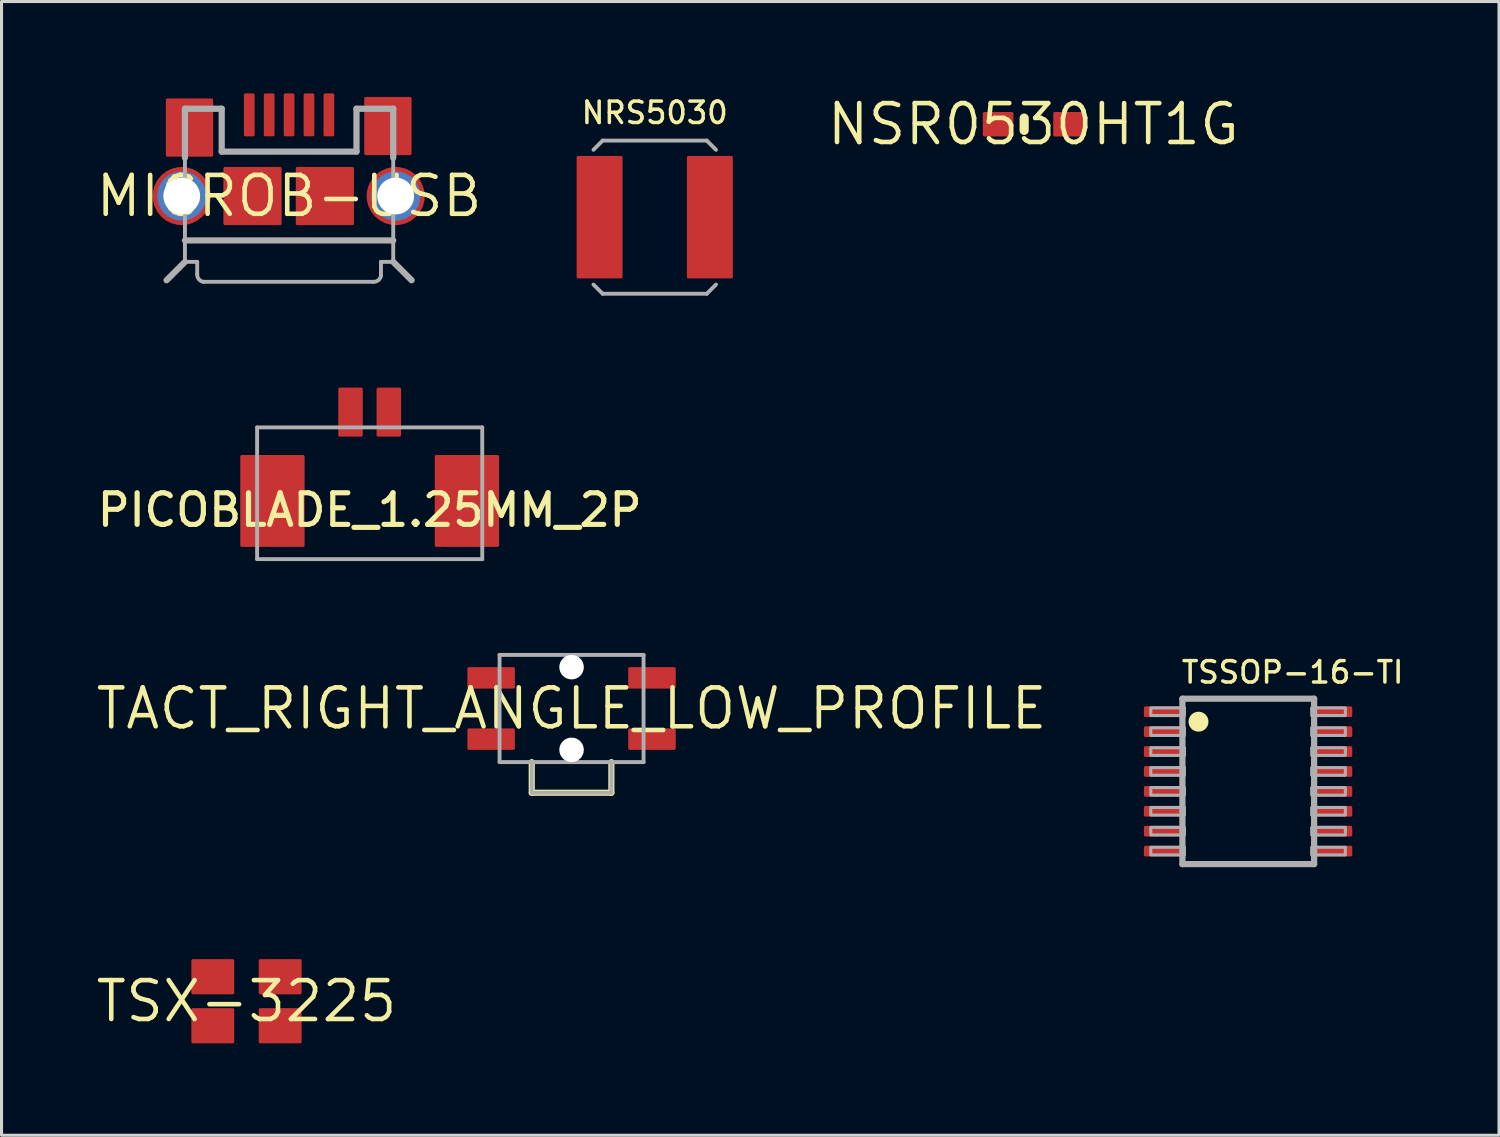
<source format=kicad_pcb>
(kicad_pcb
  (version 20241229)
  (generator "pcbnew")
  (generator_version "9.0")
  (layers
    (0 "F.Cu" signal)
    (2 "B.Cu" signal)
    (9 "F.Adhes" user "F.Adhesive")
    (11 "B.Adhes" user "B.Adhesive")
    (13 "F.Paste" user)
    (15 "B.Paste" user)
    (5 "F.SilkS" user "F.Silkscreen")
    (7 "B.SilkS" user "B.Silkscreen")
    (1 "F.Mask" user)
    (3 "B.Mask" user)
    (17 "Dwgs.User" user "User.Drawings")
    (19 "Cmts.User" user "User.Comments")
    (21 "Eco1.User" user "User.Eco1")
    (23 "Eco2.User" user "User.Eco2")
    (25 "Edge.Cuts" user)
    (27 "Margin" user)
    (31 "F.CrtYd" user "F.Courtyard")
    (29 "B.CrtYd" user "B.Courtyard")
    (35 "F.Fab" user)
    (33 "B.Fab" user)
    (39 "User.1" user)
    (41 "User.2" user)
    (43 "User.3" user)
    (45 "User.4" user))
  (footprint "PICOBLADE_1.25MM_2P"
    (layer "F.Cu")
    (at 9.019 11.204)
    (property "Reference" "PICOBLADE_1.25MM_2P" (at 0 3 0) (layer "F.SilkS") (effects (font (size 1.032 1.032) (thickness 0.168)) (justify bottom)))
    (fp_line (start -3.675 -0.3) (end 3.675 -0.3) (stroke (width 0.127) (type solid)) (layer "F.Fab"))
    (fp_line (start -3.675 4) (end -3.675 -0.3) (stroke (width 0.127) (type solid)) (layer "F.Fab"))
    (fp_line (start 3.675 -0.3) (end 3.675 4) (stroke (width 0.127) (type solid)) (layer "F.Fab"))
    (fp_line (start 3.675 4) (end -3.675 4) (stroke (width 0.127) (type solid)) (layer "F.Fab"))
    (pad "1" smd roundrect (at -0.625 -0.8) (size 0.8 1.6) (layers "F.Cu" "F.Mask" "F.Paste") (roundrect_rratio 0.062))
    (pad "2" smd roundrect (at 0.625 -0.8) (size 0.8 1.6) (layers "F.Cu" "F.Mask" "F.Paste") (roundrect_rratio 0.062))
    (pad "MT1" smd roundrect (at -3.175 2.1) (size 2.1 3) (layers "F.Cu" "F.Mask" "F.Paste") (roundrect_rratio 0.024))
    (pad "MT2" smd roundrect (at 3.175 2.1) (size 2.1 3) (layers "F.Cu" "F.Mask" "F.Paste") (roundrect_rratio 0.024)))
  (footprint "TSX-3225"
    (layer "F.Cu")
    (at 4.997 29.638)
    (property "Reference" "TSX-3225" (at 0 0 0) (layer "F.SilkS") (effects (font (size 1.27 1.27) (thickness 0.15))))
    (pad "1" smd roundrect (at -1.1 0.8) (size 1.4 1.15) (layers "F.Cu" "F.Mask" "F.Paste") (roundrect_rratio 0.043))
    (pad "2" smd roundrect (at 1.1 0.8) (size 1.4 1.15) (layers "F.Cu" "F.Mask" "F.Paste") (roundrect_rratio 0.043))
    (pad "3" smd roundrect (at 1.1 -0.8) (size 1.4 1.15) (layers "F.Cu" "F.Mask" "F.Paste") (roundrect_rratio 0.043))
    (pad "4" smd roundrect (at -1.1 -0.8) (size 1.4 1.15) (layers "F.Cu" "F.Mask" "F.Paste") (roundrect_rratio 0.043)))
  (footprint "NRS5030"
    (layer "F.Cu")
    (at 18.325 4.04)
    (property "Reference" "NRS5030" (at 0 -3 0) (layer "F.SilkS") (effects (font (size 0.699 0.699) (thickness 0.114)) (justify bottom)))
    (fp_line (start -1.7 -2.5) (end -2 -2.2) (stroke (width 0.127) (type solid)) (layer "F.Fab"))
    (fp_line (start -1.7 -2.5) (end 1.7 -2.5) (stroke (width 0.127) (type solid)) (layer "F.Fab"))
    (fp_line (start -1.7 2.5) (end -2 2.2) (stroke (width 0.127) (type solid)) (layer "F.Fab"))
    (fp_line (start -1.7 2.5) (end 1.7 2.5) (stroke (width 0.127) (type solid)) (layer "F.Fab"))
    (fp_line (start 1.7 -2.5) (end 2 -2.2) (stroke (width 0.127) (type solid)) (layer "F.Fab"))
    (fp_line (start 1.7 2.5) (end 2 2.2) (stroke (width 0.127) (type solid)) (layer "F.Fab"))
    (pad "1" smd roundrect (at -1.8 0) (size 1.5 4) (layers "F.Cu" "F.Mask" "F.Paste") (roundrect_rratio 0.033))
    (pad "2" smd roundrect (at 1.8 0) (size 1.5 4) (layers "F.Cu" "F.Mask" "F.Paste") (roundrect_rratio 0.033)))
  (footprint "NSR0530HT1G"
    (layer "F.Cu")
    (at 30.686 1.006)
    (property "Reference" "NSR0530HT1G" (at 0 0 0) (layer "F.SilkS") (effects (font (size 1.27 1.27) (thickness 0.15))))
    (fp_line (start -0.3 -0.2) (end -0.3 0.2) (stroke (width 0.3) (type solid)) (layer "F.SilkS"))
    (pad "A" smd roundrect (at 1.15 0) (size 1 0.8) (layers "F.Cu" "F.Mask" "F.Paste") (roundrect_rratio 0.062))
    (pad "C" smd roundrect (at -1.15 0) (size 1 0.8) (layers "F.Cu" "F.Mask" "F.Paste") (roundrect_rratio 0.062)))
  (footprint "TACT_RIGHT_ANGLE_LOW_PROFILE"
    (layer "F.Cu")
    (at 15.61 20.081)
    (property "Reference" "TACT_RIGHT_ANGLE_LOW_PROFILE" (at 0 0 0) (layer "F.SilkS") (effects (font (size 1.27 1.27) (thickness 0.15))))
    (fp_line (start -1.3 1.75) (end -1.3 2.75) (stroke (width 0.2) (type solid)) (layer "F.SilkS"))
    (fp_line (start -1.3 2.75) (end 1.3 2.75) (stroke (width 0.2) (type solid)) (layer "F.SilkS"))
    (fp_line (start 1.3 2.75) (end 1.3 1.75) (stroke (width 0.2) (type solid)) (layer "F.SilkS"))
    (fp_line (start -2.35 -1.75) (end -2.35 1.75) (stroke (width 0.127) (type solid)) (layer "F.Fab"))
    (fp_line (start -2.35 -1.75) (end 2.35 -1.75) (stroke (width 0.127) (type solid)) (layer "F.Fab"))
    (fp_line (start -2.35 1.75) (end -1.3 1.75) (stroke (width 0.127) (type solid)) (layer "F.Fab"))
    (fp_line (start -1.3 1.75) (end 1.3 1.75) (stroke (width 0.127) (type solid)) (layer "F.Fab"))
    (fp_line (start -1.3 2.75) (end -1.3 1.75) (stroke (width 0.127) (type solid)) (layer "F.Fab"))
    (fp_line (start -1.3 2.75) (end 1.3 2.75) (stroke (width 0.127) (type solid)) (layer "F.Fab"))
    (fp_line (start 1.3 1.75) (end 2.35 1.75) (stroke (width 0.127) (type solid)) (layer "F.Fab"))
    (fp_line (start 1.3 2.75) (end 1.3 1.75) (stroke (width 0.127) (type solid)) (layer "F.Fab"))
    (fp_line (start 2.35 -1.75) (end 2.35 1.75) (stroke (width 0.127) (type solid)) (layer "F.Fab"))
    (pad "" np_thru_hole circle (at 0 -1.35) (size 0.8 0.8) (drill 0.8) (layers "*.Cu" "*.Mask"))
    (pad "" np_thru_hole circle (at 0 1.35) (size 0.8 0.8) (drill 0.8) (layers "*.Cu" "*.Mask"))
    (pad "1" smd roundrect (at -2.625 -1) (size 1.55 0.7) (layers "F.Cu" "F.Mask" "F.Paste") (roundrect_rratio 0.071))
    (pad "2" smd roundrect (at 2.625 -1) (size 1.55 0.7) (layers "F.Cu" "F.Mask" "F.Paste") (roundrect_rratio 0.071))
    (pad "3" smd roundrect (at -2.625 1) (size 1.55 0.7) (layers "F.Cu" "F.Mask" "F.Paste") (roundrect_rratio 0.071))
    (pad "4" smd roundrect (at 2.625 1) (size 1.55 0.7) (layers "F.Cu" "F.Mask" "F.Paste") (roundrect_rratio 0.071)))
  (footprint "MICROB-USB"
    (layer "F.Cu")
    (at 6.388 3.35)
    (property "Reference" "MICROB-USB" (at 0 0 0) (layer "F.SilkS") (effects (font (size 1.27 1.27) (thickness 0.15))))
    (fp_line (start -3.4 -2.85) (end -2.2 -2.85) (stroke (width 0.127) (type solid)) (layer "F.Fab"))
    (fp_line (start -3.4 -2.85) (end -2.2 -2.85) (stroke (width 0.203) (type solid)) (layer "F.Fab"))
    (fp_line (start -3.4 -1.25) (end -3.4 -2.85) (stroke (width 0.203) (type solid)) (layer "F.Fab"))
    (fp_line (start -3.4 1.45) (end -3.4 -2.85) (stroke (width 0.127) (type solid)) (layer "F.Fab"))
    (fp_line (start -3.4 1.45) (end 3.4 1.45) (stroke (width 0.127) (type solid)) (layer "F.Fab"))
    (fp_line (start -3.4 1.45) (end 3.4 1.45) (stroke (width 0.203) (type solid)) (layer "F.Fab"))
    (fp_line (start -3.4 2.15) (end -4 2.75) (stroke (width 0.203) (type solid)) (layer "F.Fab"))
    (fp_line (start -3.4 2.15) (end -3.4 1.45) (stroke (width 0.127) (type solid)) (layer "F.Fab"))
    (fp_line (start -3.4 2.15) (end -3 2.15) (stroke (width 0.127) (type solid)) (layer "F.Fab"))
    (fp_line (start -3 2.15) (end -3 2.55) (stroke (width 0.127) (type solid)) (layer "F.Fab"))
    (fp_line (start -2.8 2.8) (end 2.75 2.8) (stroke (width 0.127) (type solid)) (layer "F.Fab"))
    (fp_line (start -2.2 -2.85) (end -2.2 -1.45) (stroke (width 0.203) (type solid)) (layer "F.Fab"))
    (fp_line (start -2.2 -1.45) (end -2.2 -2.85) (stroke (width 0.127) (type solid)) (layer "F.Fab"))
    (fp_line (start -2.2 -1.45) (end 2.2 -1.45) (stroke (width 0.127) (type solid)) (layer "F.Fab"))
    (fp_line (start -2.2 -1.45) (end 2.2 -1.45) (stroke (width 0.203) (type solid)) (layer "F.Fab"))
    (fp_line (start 2.2 -1.45) (end 2.2 -2.85) (stroke (width 0.127) (type solid)) (layer "F.Fab"))
    (fp_line (start 2.2 -1.45) (end 2.2 -2.85) (stroke (width 0.203) (type solid)) (layer "F.Fab"))
    (fp_line (start 3 2.15) (end 3.4 2.15) (stroke (width 0.127) (type solid)) (layer "F.Fab"))
    (fp_line (start 3 2.6) (end 3 2.15) (stroke (width 0.127) (type solid)) (layer "F.Fab"))
    (fp_line (start 3.4 -2.85) (end 2.2 -2.85) (stroke (width 0.127) (type solid)) (layer "F.Fab"))
    (fp_line (start 3.4 -2.85) (end 2.2 -2.85) (stroke (width 0.203) (type solid)) (layer "F.Fab"))
    (fp_line (start 3.4 -2.85) (end 3.4 1.45) (stroke (width 0.127) (type solid)) (layer "F.Fab"))
    (fp_line (start 3.4 -1.25) (end 3.4 -2.85) (stroke (width 0.203) (type solid)) (layer "F.Fab"))
    (fp_line (start 3.4 1.45) (end 3.4 2.15) (stroke (width 0.127) (type solid)) (layer "F.Fab"))
    (fp_line (start 3.4 2.15) (end 4 2.75) (stroke (width 0.203) (type solid)) (layer "F.Fab"))
    (fp_arc (start -2.799998 2.8) (mid -2.948325 2.713661) (end -3 2.55) (stroke (width 0.127) (type solid)) (layer "F.Fab"))
    (fp_arc (start 3 2.599998) (mid 2.913661 2.748325) (end 2.75 2.8) (stroke (width 0.127) (type solid)) (layer "F.Fab"))
    (pad "DM" smd roundrect (at -0.65 -2.65 90) (size 1.4 0.35) (layers "F.Cu" "F.Mask" "F.Paste") (roundrect_rratio 0.143))
    (pad "DP" smd roundrect (at 0 -2.65 90) (size 1.4 0.35) (layers "F.Cu" "F.Mask" "F.Paste") (roundrect_rratio 0.143))
    (pad "GND" smd roundrect (at 1.3 -2.65 90) (size 1.4 0.35) (layers "F.Cu" "F.Mask" "F.Paste") (roundrect_rratio 0.143))
    (pad "ID" smd roundrect (at 0.65 -2.65 90) (size 1.4 0.35) (layers "F.Cu" "F.Mask" "F.Paste") (roundrect_rratio 0.143))
    (pad "SH1" smd roundrect (at -3.251 -2.235) (size 1.546 1.9) (layers "F.Cu" "F.Mask" "F.Paste") (roundrect_rratio 0.032))
    (pad "SH2" smd roundrect (at 3.226 -2.286 180) (size 1.546 1.9) (layers "F.Cu" "F.Mask" "F.Paste") (roundrect_rratio 0.032))
    (pad "SH3" thru_hole circle (at 3.48 0) (size 1.6 1.6) (drill 1.2) (layers "*.Cu" "*.Mask"))
    (pad "SH4" smd roundrect (at 3.48 0) (size 1.9 1.9) (layers "F.Cu" "F.Mask" "F.Paste") (roundrect_rratio 0.5))
    (pad "SH5" smd roundrect (at 1.168 0) (size 1.9 1.9) (layers "F.Cu" "F.Mask" "F.Paste") (roundrect_rratio 0.026))
    (pad "SH6" smd roundrect (at -1.194 0) (size 1.9 1.9) (layers "F.Cu" "F.Mask" "F.Paste") (roundrect_rratio 0.026))
    (pad "SH7" smd roundrect (at -3.505 0) (size 1.9 1.9) (layers "F.Cu" "F.Mask" "F.Paste") (roundrect_rratio 0.5))
    (pad "SH8" thru_hole circle (at -3.505 0) (size 1.6 1.6) (drill 1.2) (layers "*.Cu" "*.Mask"))
    (pad "VBUS" smd roundrect (at -1.3 -2.65 90) (size 1.4 0.35) (layers "F.Cu" "F.Mask" "F.Paste") (roundrect_rratio 0.143)))
  (footprint "TSSOP-16-TI"
    (layer "F.Cu")
    (at 37.703 22.461)
    (property "Reference" "TSSOP-16-TI" (at -2.239 -3.154 0) (layer "F.SilkS") (effects (font (size 0.699 0.699) (thickness 0.114)) (justify left bottom)))
    (fp_poly (pts (xy -3.483 -2.5) (xy -3.483 -2.05) (xy -2.133 -2.05) (xy -2.133 -2.5)) (stroke (width 0) (type default)) (fill yes) (layer "F.Mask"))
    (fp_poly (pts (xy -3.483 -1.85) (xy -3.483 -1.4) (xy -2.133 -1.4) (xy -2.133 -1.85)) (stroke (width 0) (type default)) (fill yes) (layer "F.Mask"))
    (fp_poly (pts (xy -3.483 -1.2) (xy -3.483 -0.75) (xy -2.133 -0.75) (xy -2.133 -1.2)) (stroke (width 0) (type default)) (fill yes) (layer "F.Mask"))
    (fp_poly (pts (xy -3.483 -0.55) (xy -3.483 -0.1) (xy -2.133 -0.1) (xy -2.133 -0.55)) (stroke (width 0) (type default)) (fill yes) (layer "F.Mask"))
    (fp_poly (pts (xy -3.483 0.1) (xy -3.483 0.55) (xy -2.133 0.55) (xy -2.133 0.1)) (stroke (width 0) (type default)) (fill yes) (layer "F.Mask"))
    (fp_poly (pts (xy -3.483 0.75) (xy -3.483 1.2) (xy -2.133 1.2) (xy -2.133 0.75)) (stroke (width 0) (type default)) (fill yes) (layer "F.Mask"))
    (fp_poly (pts (xy -3.483 1.4) (xy -3.483 1.85) (xy -2.133 1.85) (xy -2.133 1.4)) (stroke (width 0) (type default)) (fill yes) (layer "F.Mask"))
    (fp_poly (pts (xy -3.483 2.05) (xy -3.483 2.5) (xy -2.133 2.5) (xy -2.133 2.05)) (stroke (width 0) (type default)) (fill yes) (layer "F.Mask"))
    (fp_poly (pts (xy 3.47 -2.05) (xy 3.47 -2.5) (xy 2.12 -2.5) (xy 2.12 -2.05)) (stroke (width 0) (type default)) (fill yes) (layer "F.Mask"))
    (fp_poly (pts (xy 3.47 -1.4) (xy 3.47 -1.85) (xy 2.12 -1.85) (xy 2.12 -1.4)) (stroke (width 0) (type default)) (fill yes) (layer "F.Mask"))
    (fp_poly (pts (xy 3.47 -0.75) (xy 3.47 -1.2) (xy 2.12 -1.2) (xy 2.12 -0.75)) (stroke (width 0) (type default)) (fill yes) (layer "F.Mask"))
    (fp_poly (pts (xy 3.47 -0.1) (xy 3.47 -0.55) (xy 2.12 -0.55) (xy 2.12 -0.1)) (stroke (width 0) (type default)) (fill yes) (layer "F.Mask"))
    (fp_poly (pts (xy 3.47 0.55) (xy 3.47 0.1) (xy 2.12 0.1) (xy 2.12 0.55)) (stroke (width 0) (type default)) (fill yes) (layer "F.Mask"))
    (fp_poly (pts (xy 3.47 1.2) (xy 3.47 0.75) (xy 2.12 0.75) (xy 2.12 1.2)) (stroke (width 0) (type default)) (fill yes) (layer "F.Mask"))
    (fp_poly (pts (xy 3.47 1.85) (xy 3.47 1.4) (xy 2.12 1.4) (xy 2.12 1.85)) (stroke (width 0) (type default)) (fill yes) (layer "F.Mask"))
    (fp_poly (pts (xy 3.47 2.5) (xy 3.47 2.05) (xy 2.12 2.05) (xy 2.12 2.5)) (stroke (width 0) (type default)) (fill yes) (layer "F.Mask"))
    (fp_circle (center -1.625 -1.95) (end -1.462 -1.95) (stroke (width 0.325) (type solid)) (fill yes) (layer "F.SilkS"))
    (fp_line (start -2.15 -2.7) (end -2.15 2.7) (stroke (width 0.203) (type solid)) (layer "F.Fab"))
    (fp_line (start -2.15 2.7) (end 2.15 2.7) (stroke (width 0.203) (type solid)) (layer "F.Fab"))
    (fp_line (start 2.15 -2.7) (end -2.15 -2.7) (stroke (width 0.203) (type solid)) (layer "F.Fab"))
    (fp_line (start 2.15 2.7) (end 2.15 -2.7) (stroke (width 0.203) (type solid)) (layer "F.Fab"))
    (fp_poly (pts (xy -3.183 -2.15) (xy -2.083 -2.15) (xy -2.083 -2.4) (xy -3.183 -2.4)) (stroke (width 0.1) (type default)) (fill no) (layer "F.Fab"))
    (fp_poly (pts (xy -3.183 -1.5) (xy -2.083 -1.5) (xy -2.083 -1.75) (xy -3.183 -1.75)) (stroke (width 0.1) (type default)) (fill no) (layer "F.Fab"))
    (fp_poly (pts (xy -3.183 -0.85) (xy -2.083 -0.85) (xy -2.083 -1.1) (xy -3.183 -1.1)) (stroke (width 0.1) (type default)) (fill no) (layer "F.Fab"))
    (fp_poly (pts (xy -3.183 -0.2) (xy -2.083 -0.2) (xy -2.083 -0.45) (xy -3.183 -0.45)) (stroke (width 0.1) (type default)) (fill no) (layer "F.Fab"))
    (fp_poly (pts (xy -2.083 0.2) (xy -3.183 0.2) (xy -3.183 0.45) (xy -2.083 0.45)) (stroke (width 0.1) (type default)) (fill no) (layer "F.Fab"))
    (fp_poly (pts (xy -2.083 0.85) (xy -3.183 0.85) (xy -3.183 1.1) (xy -2.083 1.1)) (stroke (width 0.1) (type default)) (fill no) (layer "F.Fab"))
    (fp_poly (pts (xy -2.083 1.5) (xy -3.183 1.5) (xy -3.183 1.75) (xy -2.083 1.75)) (stroke (width 0.1) (type default)) (fill no) (layer "F.Fab"))
    (fp_poly (pts (xy -2.083 2.15) (xy -3.183 2.15) (xy -3.183 2.4) (xy -2.083 2.4)) (stroke (width 0.1) (type default)) (fill no) (layer "F.Fab"))
    (fp_poly (pts (xy 2.07 -2.15) (xy 3.17 -2.15) (xy 3.17 -2.4) (xy 2.07 -2.4)) (stroke (width 0.1) (type default)) (fill no) (layer "F.Fab"))
    (fp_poly (pts (xy 2.07 -1.5) (xy 3.17 -1.5) (xy 3.17 -1.75) (xy 2.07 -1.75)) (stroke (width 0.1) (type default)) (fill no) (layer "F.Fab"))
    (fp_poly (pts (xy 2.07 -0.85) (xy 3.17 -0.85) (xy 3.17 -1.1) (xy 2.07 -1.1)) (stroke (width 0.1) (type default)) (fill no) (layer "F.Fab"))
    (fp_poly (pts (xy 2.07 -0.2) (xy 3.17 -0.2) (xy 3.17 -0.45) (xy 2.07 -0.45)) (stroke (width 0.1) (type default)) (fill no) (layer "F.Fab"))
    (fp_poly (pts (xy 3.17 0.2) (xy 2.07 0.2) (xy 2.07 0.45) (xy 3.17 0.45)) (stroke (width 0.1) (type default)) (fill no) (layer "F.Fab"))
    (fp_poly (pts (xy 3.17 0.85) (xy 2.07 0.85) (xy 2.07 1.1) (xy 3.17 1.1)) (stroke (width 0.1) (type default)) (fill no) (layer "F.Fab"))
    (fp_poly (pts (xy 3.17 1.5) (xy 2.07 1.5) (xy 2.07 1.75) (xy 3.17 1.75)) (stroke (width 0.1) (type default)) (fill no) (layer "F.Fab"))
    (fp_poly (pts (xy 3.17 2.15) (xy 2.07 2.15) (xy 2.07 2.4) (xy 3.17 2.4)) (stroke (width 0.1) (type default)) (fill no) (layer "F.Fab"))
    (pad "1" smd roundrect (at -2.808 -2.275) (size 1.2 0.35) (layers "F.Cu" "F.Paste") (roundrect_rratio 0.143))
    (pad "2" smd roundrect (at -2.808 -1.625) (size 1.2 0.35) (layers "F.Cu" "F.Paste") (roundrect_rratio 0.143))
    (pad "3" smd roundrect (at -2.808 -0.975) (size 1.2 0.35) (layers "F.Cu" "F.Paste") (roundrect_rratio 0.143))
    (pad "4" smd roundrect (at -2.808 -0.325) (size 1.2 0.35) (layers "F.Cu" "F.Paste") (roundrect_rratio 0.143))
    (pad "5" smd roundrect (at -2.808 0.325 180) (size 1.2 0.35) (layers "F.Cu" "F.Paste") (roundrect_rratio 0.143))
    (pad "6" smd roundrect (at -2.808 0.975 180) (size 1.2 0.35) (layers "F.Cu" "F.Paste") (roundrect_rratio 0.143))
    (pad "7" smd roundrect (at -2.808 1.625 180) (size 1.2 0.35) (layers "F.Cu" "F.Paste") (roundrect_rratio 0.143))
    (pad "8" smd roundrect (at -2.808 2.275 180) (size 1.2 0.35) (layers "F.Cu" "F.Paste") (roundrect_rratio 0.143))
    (pad "9" smd roundrect (at 2.795 2.275 180) (size 1.2 0.35) (layers "F.Cu" "F.Paste") (roundrect_rratio 0.143))
    (pad "10" smd roundrect (at 2.795 1.625 180) (size 1.2 0.35) (layers "F.Cu" "F.Paste") (roundrect_rratio 0.143))
    (pad "11" smd roundrect (at 2.795 0.975 180) (size 1.2 0.35) (layers "F.Cu" "F.Paste") (roundrect_rratio 0.143))
    (pad "12" smd roundrect (at 2.795 0.325 180) (size 1.2 0.35) (layers "F.Cu" "F.Paste") (roundrect_rratio 0.143))
    (pad "13" smd roundrect (at 2.795 -0.325) (size 1.2 0.35) (layers "F.Cu" "F.Paste") (roundrect_rratio 0.143))
    (pad "14" smd roundrect (at 2.795 -0.975) (size 1.2 0.35) (layers "F.Cu" "F.Paste") (roundrect_rratio 0.143))
    (pad "15" smd roundrect (at 2.795 -1.625) (size 1.2 0.35) (layers "F.Cu" "F.Paste") (roundrect_rratio 0.143))
    (pad "16" smd roundrect (at 2.795 -2.275) (size 1.2 0.35) (layers "F.Cu" "F.Paste") (roundrect_rratio 0.143)))
  (gr_rect
    (start -3 -3)
    (end 45.889 34.013)
    (stroke (width 0.1) (type default))
    (fill no)
    (layer "Edge.Cuts")))
</source>
